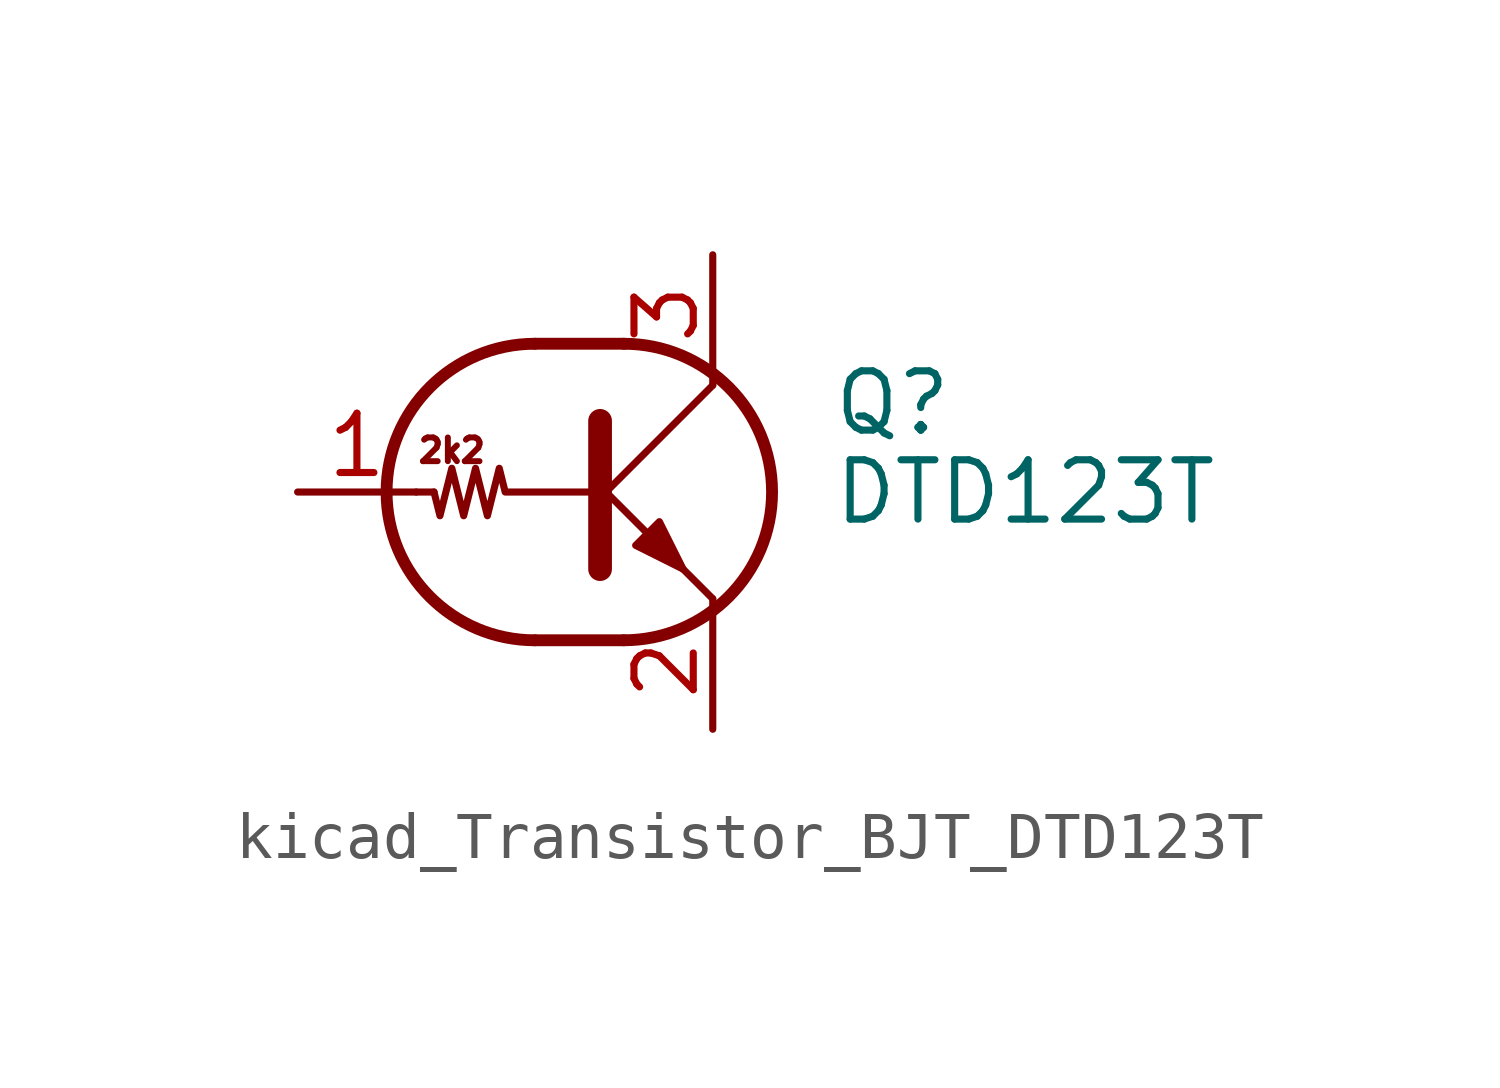
<source format=kicad_sym>
(kicad_symbol_lib
  (version 20220914)
  (generator kicad_symbol_editor)
  (symbol "kicad_Transistor_BJT_DTD123T"
    (pin_names
      (offset 0) hide)
    (property "Reference" "Q"
      (at 5.08 1.905 0)
      (effects (font (size 1.27 1.27)) (justify left)))
    (property "Value" "DTD123T"
      (at 5.08 0 0)
      (effects (font (size 1.27 1.27)) (justify left)))
    (symbol "kicad_Transistor_BJT_DTD123T_0_0"
      (polyline (pts (xy 2.54 -2.286) (xy 2.54 -2.54)) (stroke (width 0) (type default)) (fill (type none)))
      (text "2k2" (at -3.048 0.889 0) (effects (font (size 0.508 0.508)))))
    (symbol "kicad_Transistor_BJT_DTD123T_0_1"
      (arc (start -1.27 3.175) (mid -4.4312 0) (end -1.27 -3.175) (stroke (width 0.254) (type default)) (fill (type none)))
      (polyline (pts (xy -3.429 0) (xy -3.81 0)) (stroke (width 0) (type default)) (fill (type none)))
      (polyline (pts (xy -1.27 -3.175) (xy 0.635 -3.175)) (stroke (width 0.254) (type default)) (fill (type none)))
      (polyline (pts (xy -1.27 3.175) (xy 0.635 3.175)) (stroke (width 0.254) (type default)) (fill (type none)))
      (polyline (pts (xy 0 -0.254) (xy 2.54 2.286)) (stroke (width 0) (type default)) (fill (type none)))
      (polyline (pts (xy 0.127 1.524) (xy 0.127 -1.651)) (stroke (width 0.508) (type default)) (fill (type outline)))
      (polyline (pts (xy 2.54 2.286) (xy 2.54 2.54)) (stroke (width 0) (type default)) (fill (type none)))
      (polyline (pts (xy 2.54 -2.286) (xy 0 0.254) (xy 0 0.254)) (stroke (width 0) (type default)) (fill (type none)))
      (polyline (pts (xy 0.889 -1.143) (xy 1.397 -0.635) (xy 1.905 -1.651) (xy 0.889 -1.143)) (stroke (width 0) (type default)) (fill (type outline)))
      (polyline (pts (xy 0 0) (xy -1.905 0) (xy -2.032 0.508) (xy -2.286 -0.508) (xy -2.54 0.508) (xy -2.794 -0.508) (xy -3.048 0.508) (xy -3.302 -0.508) (xy -3.429 0)) (stroke (width 0) (type default)) (fill (type none)))
      (arc (start 0.635 -3.175) (mid 3.7962 0) (end 0.635 3.175) (stroke (width 0.254) (type default)) (fill (type none))))
    (symbol "kicad_Transistor_BJT_DTD123T_1_1"
      (pin input line (at -6.35 0 0) (length 2.54) (name "B" (effects (font (size 1.27 1.27)))) (number "1" (effects (font (size 1.27 1.27)))))
      (pin passive line (at 2.54 -5.08 90) (length 2.54) (name "E" (effects (font (size 1.27 1.27)))) (number "2" (effects (font (size 1.27 1.27)))))
      (pin passive line (at 2.54 5.08 270) (length 2.54) (name "C" (effects (font (size 1.27 1.27)))) (number "3" (effects (font (size 1.27 1.27))))))))
</source>
